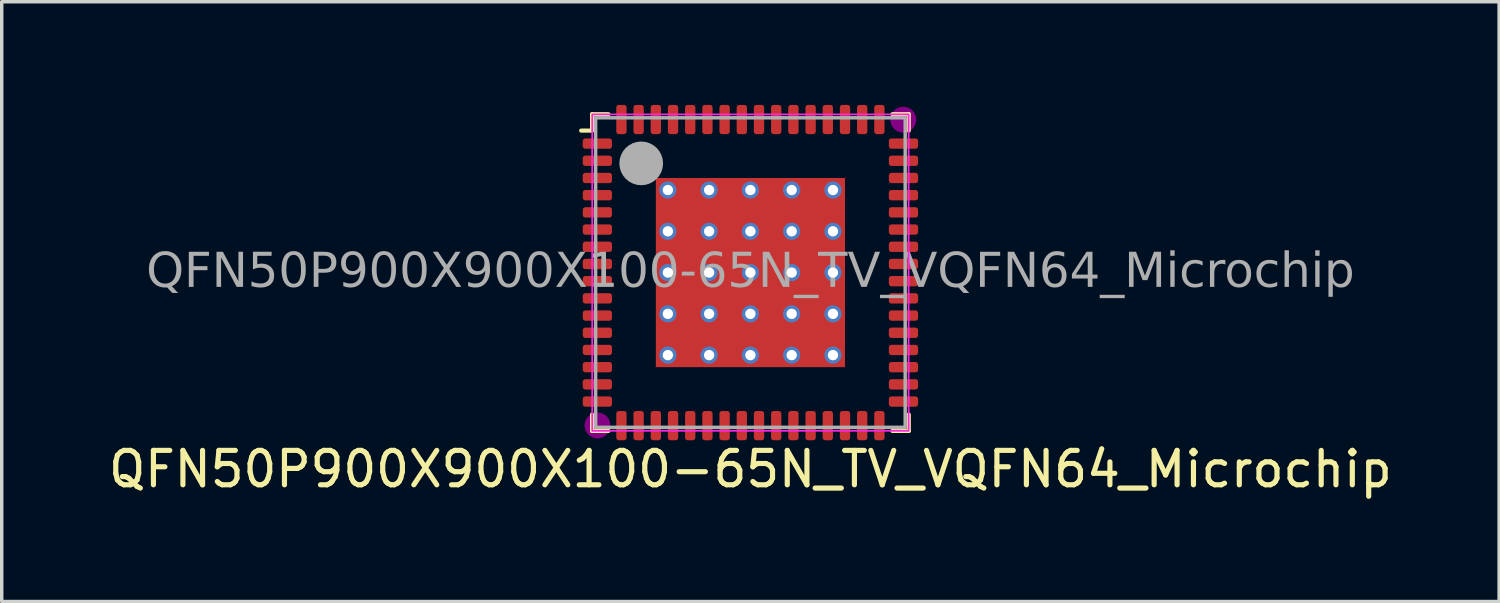
<source format=kicad_pcb>
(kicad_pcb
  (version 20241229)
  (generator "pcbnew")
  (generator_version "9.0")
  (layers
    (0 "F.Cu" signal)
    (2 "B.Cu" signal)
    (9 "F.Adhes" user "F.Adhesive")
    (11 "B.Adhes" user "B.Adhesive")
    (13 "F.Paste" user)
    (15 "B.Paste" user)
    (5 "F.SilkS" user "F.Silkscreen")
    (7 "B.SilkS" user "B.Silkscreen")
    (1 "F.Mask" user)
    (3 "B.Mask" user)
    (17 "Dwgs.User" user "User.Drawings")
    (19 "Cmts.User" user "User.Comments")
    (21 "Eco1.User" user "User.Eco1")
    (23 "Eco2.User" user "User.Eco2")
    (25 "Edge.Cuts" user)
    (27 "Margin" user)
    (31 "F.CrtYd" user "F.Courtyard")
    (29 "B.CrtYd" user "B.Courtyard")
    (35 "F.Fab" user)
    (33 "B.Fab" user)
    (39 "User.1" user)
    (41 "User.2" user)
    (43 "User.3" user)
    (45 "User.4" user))
  (footprint "QFN50P900X900X100-65N_TV_VQFN64_Microchip"
    (layer "F.Cu")
    (at 18.768 4.875)
    (property "Reference" "QFN50P900X900X100-65N_TV_VQFN64_Microchip" (at 0 5.715 0) (layer "F.SilkS") (effects (font (size 1 1) (thickness 0.15))))
    (attr smd)
    (fp_line (start -4.921 -4.128) (end -4.604 -4.128) (stroke (width 0.12) (type solid)) (layer "F.SilkS"))
    (fp_line (start -4.604 -4.128) (end -4.604 -4.604) (stroke (width 0.12) (type solid)) (layer "F.SilkS"))
    (fp_line (start -4.604 4.128) (end -4.604 4.604) (stroke (width 0.12) (type solid)) (layer "F.SilkS"))
    (fp_line (start -4.128 -4.604) (end -4.604 -4.604) (stroke (width 0.12) (type solid)) (layer "F.SilkS"))
    (fp_line (start -4.128 4.604) (end -4.604 4.604) (stroke (width 0.12) (type solid)) (layer "F.SilkS"))
    (fp_line (start 4.128 -4.604) (end 4.604 -4.604) (stroke (width 0.12) (type solid)) (layer "F.SilkS"))
    (fp_line (start 4.128 4.604) (end 4.604 4.604) (stroke (width 0.12) (type solid)) (layer "F.SilkS"))
    (fp_line (start 4.604 -4.128) (end 4.604 -4.604) (stroke (width 0.12) (type solid)) (layer "F.SilkS"))
    (fp_line (start 4.604 4.128) (end 4.604 4.604) (stroke (width 0.12) (type solid)) (layer "F.SilkS"))
    (fp_circle (center -4.445 4.445) (end -4.128 4.445) (stroke (width 0.12) (type solid)) (fill yes) (layer "F.Adhes"))
    (fp_circle (center 4.445 -4.445) (end 4.763 -4.445) (stroke (width 0.12) (type solid)) (fill yes) (layer "F.Adhes"))
    (fp_rect (start -4.6 -4.6) (end 4.6 4.6) (stroke (width 0.05) (type default)) (fill no) (layer "F.CrtYd"))
    (fp_rect (start -4.5 -4.5) (end 4.5 4.5) (stroke (width 0.1) (type default)) (fill no) (layer "F.Fab"))
    (fp_circle (center -3.175 -3.175) (end -2.857 -3.175) (stroke (width 0.635) (type solid)) (fill no) (layer "F.Fab"))
    (fp_text user "${REFERENCE}" (at 0 0 0) (layer "F.Fab") (effects (font (face "Tahoma") (size 1 1) (thickness 0.15))))
    (pad "1" smd roundrect (at -4.45 -3.75) (size 0.85 0.3) (layers "F.Cu" "F.Mask" "F.Paste") (roundrect_rratio 0.25))
    (pad "2" smd roundrect (at -4.45 -3.25) (size 0.85 0.3) (layers "F.Cu" "F.Mask" "F.Paste") (roundrect_rratio 0.25))
    (pad "3" smd roundrect (at -4.45 -2.75) (size 0.85 0.3) (layers "F.Cu" "F.Mask" "F.Paste") (roundrect_rratio 0.25))
    (pad "4" smd roundrect (at -4.45 -2.25) (size 0.85 0.3) (layers "F.Cu" "F.Mask" "F.Paste") (roundrect_rratio 0.25))
    (pad "5" smd roundrect (at -4.45 -1.75) (size 0.85 0.3) (layers "F.Cu" "F.Mask" "F.Paste") (roundrect_rratio 0.25))
    (pad "6" smd roundrect (at -4.45 -1.25) (size 0.85 0.3) (layers "F.Cu" "F.Mask" "F.Paste") (roundrect_rratio 0.25))
    (pad "7" smd roundrect (at -4.45 -0.75) (size 0.85 0.3) (layers "F.Cu" "F.Mask" "F.Paste") (roundrect_rratio 0.25))
    (pad "8" smd roundrect (at -4.45 -0.25) (size 0.85 0.3) (layers "F.Cu" "F.Mask" "F.Paste") (roundrect_rratio 0.25))
    (pad "9" smd roundrect (at -4.45 0.25) (size 0.85 0.3) (layers "F.Cu" "F.Mask" "F.Paste") (roundrect_rratio 0.25))
    (pad "10" smd roundrect (at -4.45 0.75) (size 0.85 0.3) (layers "F.Cu" "F.Mask" "F.Paste") (roundrect_rratio 0.25))
    (pad "11" smd roundrect (at -4.45 1.25) (size 0.85 0.3) (layers "F.Cu" "F.Mask" "F.Paste") (roundrect_rratio 0.25))
    (pad "12" smd roundrect (at -4.45 1.75) (size 0.85 0.3) (layers "F.Cu" "F.Mask" "F.Paste") (roundrect_rratio 0.25))
    (pad "13" smd roundrect (at -4.45 2.25) (size 0.85 0.3) (layers "F.Cu" "F.Mask" "F.Paste") (roundrect_rratio 0.25))
    (pad "14" smd roundrect (at -4.45 2.75) (size 0.85 0.3) (layers "F.Cu" "F.Mask" "F.Paste") (roundrect_rratio 0.25))
    (pad "15" smd roundrect (at -4.45 3.25) (size 0.85 0.3) (layers "F.Cu" "F.Mask" "F.Paste") (roundrect_rratio 0.25))
    (pad "16" smd roundrect (at -4.45 3.75) (size 0.85 0.3) (layers "F.Cu" "F.Mask" "F.Paste") (roundrect_rratio 0.25))
    (pad "17" smd roundrect (at -3.75 4.45 90) (size 0.85 0.3) (layers "F.Cu" "F.Mask" "F.Paste") (roundrect_rratio 0.25))
    (pad "18" smd roundrect (at -3.25 4.45 90) (size 0.85 0.3) (layers "F.Cu" "F.Mask" "F.Paste") (roundrect_rratio 0.25))
    (pad "19" smd roundrect (at -2.75 4.45 90) (size 0.85 0.3) (layers "F.Cu" "F.Mask" "F.Paste") (roundrect_rratio 0.25))
    (pad "20" smd roundrect (at -2.25 4.45 90) (size 0.85 0.3) (layers "F.Cu" "F.Mask" "F.Paste") (roundrect_rratio 0.25))
    (pad "21" smd roundrect (at -1.75 4.45 90) (size 0.85 0.3) (layers "F.Cu" "F.Mask" "F.Paste") (roundrect_rratio 0.25))
    (pad "22" smd roundrect (at -1.25 4.45 90) (size 0.85 0.3) (layers "F.Cu" "F.Mask" "F.Paste") (roundrect_rratio 0.25))
    (pad "23" smd roundrect (at -0.75 4.45 90) (size 0.85 0.3) (layers "F.Cu" "F.Mask" "F.Paste") (roundrect_rratio 0.25))
    (pad "24" smd roundrect (at -0.25 4.45 90) (size 0.85 0.3) (layers "F.Cu" "F.Mask" "F.Paste") (roundrect_rratio 0.25))
    (pad "25" smd roundrect (at 0.25 4.45 90) (size 0.85 0.3) (layers "F.Cu" "F.Mask" "F.Paste") (roundrect_rratio 0.25))
    (pad "26" smd roundrect (at 0.75 4.45 90) (size 0.85 0.3) (layers "F.Cu" "F.Mask" "F.Paste") (roundrect_rratio 0.25))
    (pad "27" smd roundrect (at 1.25 4.45 90) (size 0.85 0.3) (layers "F.Cu" "F.Mask" "F.Paste") (roundrect_rratio 0.25))
    (pad "28" smd roundrect (at 1.75 4.45 90) (size 0.85 0.3) (layers "F.Cu" "F.Mask" "F.Paste") (roundrect_rratio 0.25))
    (pad "29" smd roundrect (at 2.25 4.45 90) (size 0.85 0.3) (layers "F.Cu" "F.Mask" "F.Paste") (roundrect_rratio 0.25))
    (pad "30" smd roundrect (at 2.75 4.45 90) (size 0.85 0.3) (layers "F.Cu" "F.Mask" "F.Paste") (roundrect_rratio 0.25))
    (pad "31" smd roundrect (at 3.25 4.45 90) (size 0.85 0.3) (layers "F.Cu" "F.Mask" "F.Paste") (roundrect_rratio 0.25))
    (pad "32" smd roundrect (at 3.75 4.45 90) (size 0.85 0.3) (layers "F.Cu" "F.Mask" "F.Paste") (roundrect_rratio 0.25))
    (pad "33" smd roundrect (at 4.45 3.75) (size 0.85 0.3) (layers "F.Cu" "F.Mask" "F.Paste") (roundrect_rratio 0.25))
    (pad "34" smd roundrect (at 4.45 3.25) (size 0.85 0.3) (layers "F.Cu" "F.Mask" "F.Paste") (roundrect_rratio 0.25))
    (pad "35" smd roundrect (at 4.45 2.75) (size 0.85 0.3) (layers "F.Cu" "F.Mask" "F.Paste") (roundrect_rratio 0.25))
    (pad "36" smd roundrect (at 4.45 2.25) (size 0.85 0.3) (layers "F.Cu" "F.Mask" "F.Paste") (roundrect_rratio 0.25))
    (pad "37" smd roundrect (at 4.45 1.75) (size 0.85 0.3) (layers "F.Cu" "F.Mask" "F.Paste") (roundrect_rratio 0.25))
    (pad "38" smd roundrect (at 4.45 1.25) (size 0.85 0.3) (layers "F.Cu" "F.Mask" "F.Paste") (roundrect_rratio 0.25))
    (pad "39" smd roundrect (at 4.45 0.75) (size 0.85 0.3) (layers "F.Cu" "F.Mask" "F.Paste") (roundrect_rratio 0.25))
    (pad "40" smd roundrect (at 4.45 0.25) (size 0.85 0.3) (layers "F.Cu" "F.Mask" "F.Paste") (roundrect_rratio 0.25))
    (pad "41" smd roundrect (at 4.45 -0.25) (size 0.85 0.3) (layers "F.Cu" "F.Mask" "F.Paste") (roundrect_rratio 0.25))
    (pad "42" smd roundrect (at 4.45 -0.75) (size 0.85 0.3) (layers "F.Cu" "F.Mask" "F.Paste") (roundrect_rratio 0.25))
    (pad "43" smd roundrect (at 4.45 -1.25) (size 0.85 0.3) (layers "F.Cu" "F.Mask" "F.Paste") (roundrect_rratio 0.25))
    (pad "44" smd roundrect (at 4.45 -1.75) (size 0.85 0.3) (layers "F.Cu" "F.Mask" "F.Paste") (roundrect_rratio 0.25))
    (pad "45" smd roundrect (at 4.45 -2.25) (size 0.85 0.3) (layers "F.Cu" "F.Mask" "F.Paste") (roundrect_rratio 0.25))
    (pad "46" smd roundrect (at 4.45 -2.75) (size 0.85 0.3) (layers "F.Cu" "F.Mask" "F.Paste") (roundrect_rratio 0.25))
    (pad "47" smd roundrect (at 4.45 -3.25) (size 0.85 0.3) (layers "F.Cu" "F.Mask" "F.Paste") (roundrect_rratio 0.25))
    (pad "48" smd roundrect (at 4.45 -3.75) (size 0.85 0.3) (layers "F.Cu" "F.Mask" "F.Paste") (roundrect_rratio 0.25))
    (pad "49" smd roundrect (at 3.75 -4.45 90) (size 0.85 0.3) (layers "F.Cu" "F.Mask" "F.Paste") (roundrect_rratio 0.25))
    (pad "50" smd roundrect (at 3.25 -4.45 90) (size 0.85 0.3) (layers "F.Cu" "F.Mask" "F.Paste") (roundrect_rratio 0.25))
    (pad "51" smd roundrect (at 2.75 -4.45 90) (size 0.85 0.3) (layers "F.Cu" "F.Mask" "F.Paste") (roundrect_rratio 0.25))
    (pad "52" smd roundrect (at 2.25 -4.45 90) (size 0.85 0.3) (layers "F.Cu" "F.Mask" "F.Paste") (roundrect_rratio 0.25))
    (pad "53" smd roundrect (at 1.75 -4.45 90) (size 0.85 0.3) (layers "F.Cu" "F.Mask" "F.Paste") (roundrect_rratio 0.25))
    (pad "54" smd roundrect (at 1.25 -4.45 90) (size 0.85 0.3) (layers "F.Cu" "F.Mask" "F.Paste") (roundrect_rratio 0.25))
    (pad "55" smd roundrect (at 0.75 -4.45 90) (size 0.85 0.3) (layers "F.Cu" "F.Mask" "F.Paste") (roundrect_rratio 0.25))
    (pad "56" smd roundrect (at 0.25 -4.45 90) (size 0.85 0.3) (layers "F.Cu" "F.Mask" "F.Paste") (roundrect_rratio 0.25))
    (pad "57" smd roundrect (at -0.25 -4.45 90) (size 0.85 0.3) (layers "F.Cu" "F.Mask" "F.Paste") (roundrect_rratio 0.25))
    (pad "58" smd roundrect (at -0.75 -4.45 90) (size 0.85 0.3) (layers "F.Cu" "F.Mask" "F.Paste") (roundrect_rratio 0.25))
    (pad "59" smd roundrect (at -1.25 -4.45 90) (size 0.85 0.3) (layers "F.Cu" "F.Mask" "F.Paste") (roundrect_rratio 0.25))
    (pad "60" smd roundrect (at -1.75 -4.45 90) (size 0.85 0.3) (layers "F.Cu" "F.Mask" "F.Paste") (roundrect_rratio 0.25))
    (pad "61" smd roundrect (at -2.25 -4.45 90) (size 0.85 0.3) (layers "F.Cu" "F.Mask" "F.Paste") (roundrect_rratio 0.25))
    (pad "62" smd roundrect (at -2.75 -4.45 90) (size 0.85 0.3) (layers "F.Cu" "F.Mask" "F.Paste") (roundrect_rratio 0.25))
    (pad "63" smd roundrect (at -3.25 -4.45 90) (size 0.85 0.3) (layers "F.Cu" "F.Mask" "F.Paste") (roundrect_rratio 0.25))
    (pad "64" smd roundrect (at -3.75 -4.45 90) (size 0.85 0.3) (layers "F.Cu" "F.Mask" "F.Paste") (roundrect_rratio 0.25))
    (pad "65" thru_hole circle (at -2.4 -2.4) (size 0.5 0.5) (drill 0.3) (layers "*.Cu" "F.Mask"))
    (pad "65" thru_hole circle (at -2.4 -1.2) (size 0.5 0.5) (drill 0.3) (layers "*.Cu" "F.Mask"))
    (pad "65" thru_hole circle (at -2.4 0) (size 0.5 0.5) (drill 0.3) (layers "*.Cu" "F.Mask"))
    (pad "65" thru_hole circle (at -2.4 1.2) (size 0.5 0.5) (drill 0.3) (layers "*.Cu" "F.Mask"))
    (pad "65" thru_hole circle (at -2.4 2.4) (size 0.5 0.5) (drill 0.3) (layers "*.Cu" "F.Mask"))
    (pad "65" thru_hole circle (at -1.2 -2.4) (size 0.5 0.5) (drill 0.3) (layers "*.Cu" "F.Mask"))
    (pad "65" thru_hole circle (at -1.2 -1.2) (size 0.5 0.5) (drill 0.3) (layers "*.Cu" "F.Mask"))
    (pad "65" thru_hole circle (at -1.2 0) (size 0.5 0.5) (drill 0.3) (layers "*.Cu" "F.Mask"))
    (pad "65" thru_hole circle (at -1.2 1.2) (size 0.5 0.5) (drill 0.3) (layers "*.Cu" "F.Mask"))
    (pad "65" thru_hole circle (at -1.2 2.4) (size 0.5 0.5) (drill 0.3) (layers "*.Cu" "F.Mask"))
    (pad "65" thru_hole circle (at 0 -2.4) (size 0.5 0.5) (drill 0.3) (layers "*.Cu" "F.Mask"))
    (pad "65" thru_hole circle (at 0 -1.2) (size 0.5 0.5) (drill 0.3) (layers "*.Cu" "F.Mask"))
    (pad "65" thru_hole circle (at 0 0) (size 0.5 0.5) (drill 0.3) (layers "*.Cu" "F.Mask"))
    (pad "65" smd rect (at 0 0) (size 5.5 5.5) (layers "F.Cu" "F.Mask" "F.Paste"))
    (pad "65" thru_hole circle (at 0 1.2) (size 0.5 0.5) (drill 0.3) (layers "*.Cu" "F.Mask"))
    (pad "65" thru_hole circle (at 0 2.4) (size 0.5 0.5) (drill 0.3) (layers "*.Cu" "F.Mask"))
    (pad "65" thru_hole circle (at 1.2 -2.4) (size 0.5 0.5) (drill 0.3) (layers "*.Cu" "F.Mask"))
    (pad "65" thru_hole circle (at 1.2 -1.2) (size 0.5 0.5) (drill 0.3) (layers "*.Cu" "F.Mask"))
    (pad "65" thru_hole circle (at 1.2 0) (size 0.5 0.5) (drill 0.3) (layers "*.Cu" "F.Mask"))
    (pad "65" thru_hole circle (at 1.2 1.2) (size 0.5 0.5) (drill 0.3) (layers "*.Cu" "F.Mask"))
    (pad "65" thru_hole circle (at 1.2 2.4) (size 0.5 0.5) (drill 0.3) (layers "*.Cu" "F.Mask"))
    (pad "65" thru_hole circle (at 2.4 -2.4) (size 0.5 0.5) (drill 0.3) (layers "*.Cu" "F.Mask"))
    (pad "65" thru_hole circle (at 2.4 -1.2) (size 0.5 0.5) (drill 0.3) (layers "*.Cu" "F.Mask"))
    (pad "65" thru_hole circle (at 2.4 0) (size 0.5 0.5) (drill 0.3) (layers "*.Cu" "F.Mask"))
    (pad "65" thru_hole circle (at 2.4 1.2) (size 0.5 0.5) (drill 0.3) (layers "*.Cu" "F.Mask"))
    (pad "65" thru_hole circle (at 2.4 2.4) (size 0.5 0.5) (drill 0.3) (layers "*.Cu" "F.Mask")))
  (gr_rect
    (start -3 -3)
    (end 40.536 14.438)
    (stroke (width 0.1) (type default))
    (fill no)
    (layer "Edge.Cuts")))
</source>
